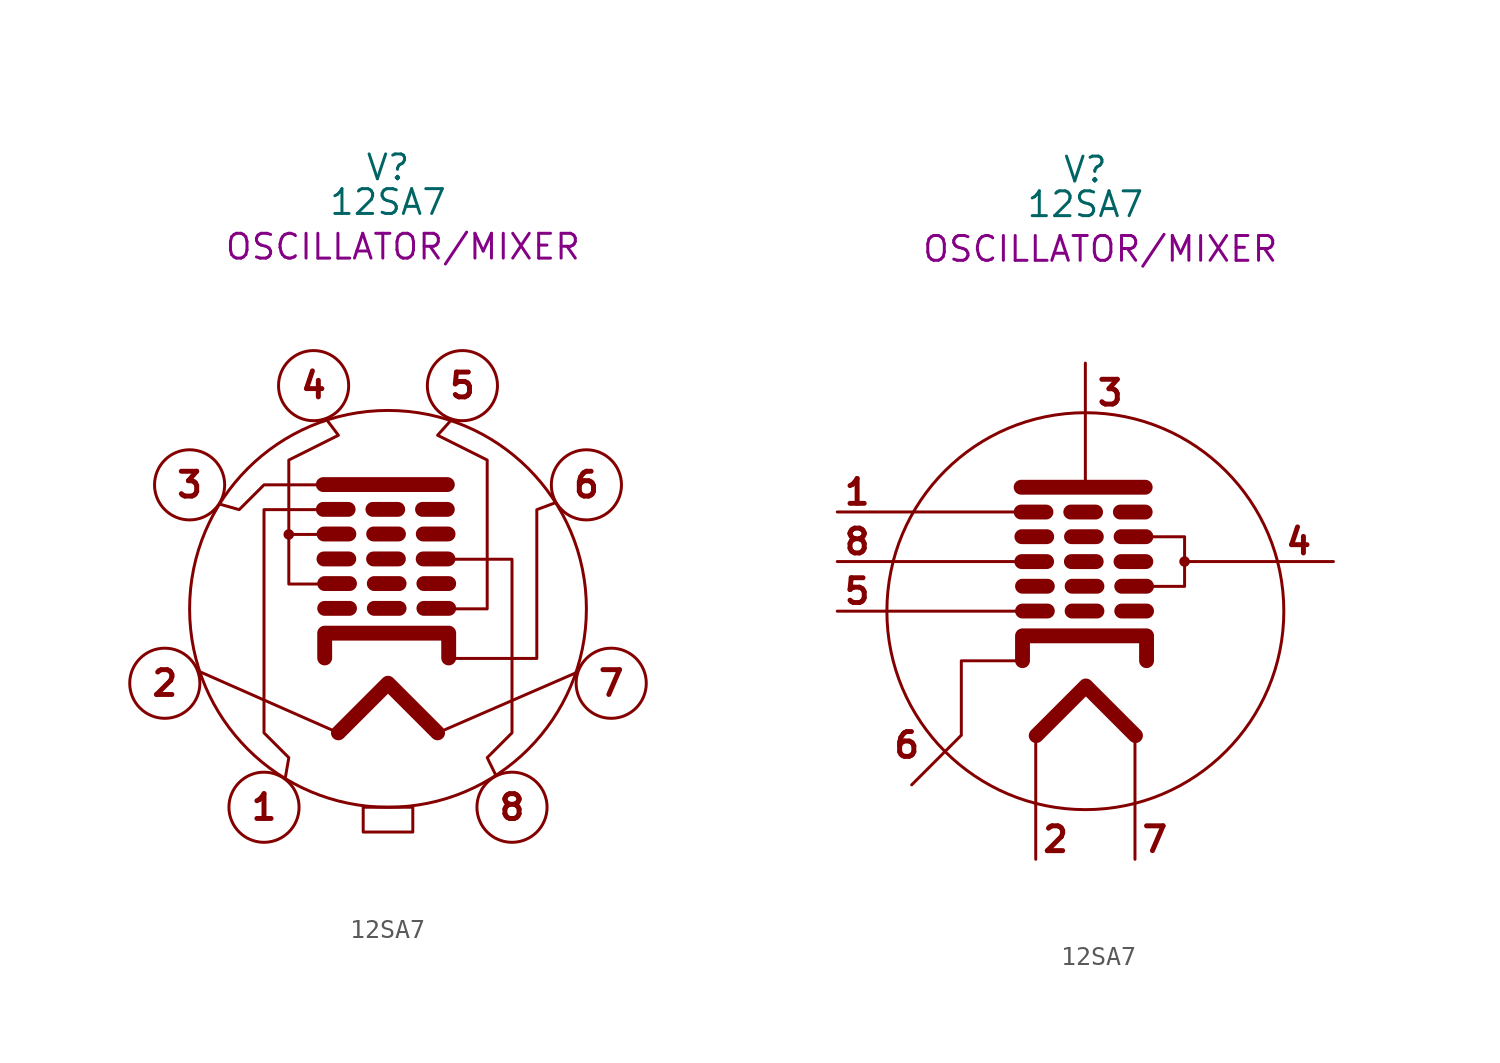
<source format=kicad_sym>
(kicad_symbol_lib
  (version 20231120)
  (generator "kicad_symbol_editor")
  (generator_version "8.0")
  (symbol "12SA7"
    (property "Reference" "V"
      (at 0 22.606 0)
      (effects (font (size 1.27 1.27))))
    (property "Value" "12SA7"
      (at 0 20.828 0)
      (effects (font (size 1.27 1.27))))
    (property "Description" "OSCILLATOR/MIXER"
      (at 0.762 18.542 0)
      (effects (font (size 1.27 1.27))))
    (symbol "12SA7_0_1"
      (polyline (pts (xy -2.54 -6.35) (xy -9.662 -3.209)) (stroke (width 0) (type default)) (fill (type none))))
    (symbol "12SA7_1_0"
      (circle (center 0 0) (radius 10.16) (stroke (width 0) (type default)) (fill (type none))))
    (symbol "12SA7_1_1"
      (circle (center -11.43 -3.81) (radius 1.796) (stroke (width 0) (type default)) (fill (type none)))
      (circle (center -10.16 6.35) (radius 1.796) (stroke (width 0) (type default)) (fill (type none)))
      (circle (center -6.35 -10.16) (radius 1.796) (stroke (width 0) (type default)) (fill (type none)))
      (circle (center -5.08 3.81) (radius 0.195) (stroke (width 0) (type default)) (fill (type outline)))
      (circle (center -3.81 11.43) (radius 1.796) (stroke (width 0) (type default)) (fill (type none)))
      (rectangle (start -1.27 -10.16) (end 1.27 -11.43) (stroke (width 0) (type default)) (fill (type none)))
      (polyline (pts (xy -3.312 5.094) (xy -2.042 5.094)) (stroke (width 0.762) (type solid)) (fill (type none)))
      (polyline (pts (xy -3.312 6.364) (xy 3.038 6.364)) (stroke (width 0.762) (type default)) (fill (type none)))
      (polyline (pts (xy -3.279 2.556) (xy -2.009 2.556)) (stroke (width 0.762) (type solid)) (fill (type none)))
      (polyline (pts (xy -3.274 3.833) (xy -2.004 3.833)) (stroke (width 0.762) (type solid)) (fill (type none)))
      (polyline (pts (xy -3.242 0.025) (xy -1.972 0.025)) (stroke (width 0.762) (type solid)) (fill (type none)))
      (polyline (pts (xy -3.242 1.295) (xy -1.972 1.295)) (stroke (width 0.762) (type solid)) (fill (type none)))
      (polyline (pts (xy -0.772 5.094) (xy 0.498 5.094)) (stroke (width 0.762) (type solid)) (fill (type none)))
      (polyline (pts (xy -0.739 2.556) (xy 0.531 2.556)) (stroke (width 0.762) (type solid)) (fill (type none)))
      (polyline (pts (xy -0.734 3.833) (xy 0.536 3.833)) (stroke (width 0.762) (type solid)) (fill (type none)))
      (polyline (pts (xy -0.702 0.025) (xy 0.568 0.025)) (stroke (width 0.762) (type solid)) (fill (type none)))
      (polyline (pts (xy -0.702 1.295) (xy 0.568 1.295)) (stroke (width 0.762) (type solid)) (fill (type none)))
      (polyline (pts (xy 1.768 5.094) (xy 3.038 5.094)) (stroke (width 0.762) (type solid)) (fill (type none)))
      (polyline (pts (xy 1.801 2.556) (xy 3.071 2.556)) (stroke (width 0.762) (type solid)) (fill (type none)))
      (polyline (pts (xy 1.806 3.833) (xy 3.076 3.833)) (stroke (width 0.762) (type solid)) (fill (type none)))
      (polyline (pts (xy 1.838 0.025) (xy 3.108 0.025)) (stroke (width 0.762) (type solid)) (fill (type none)))
      (polyline (pts (xy 1.838 1.295) (xy 3.108 1.295)) (stroke (width 0.762) (type solid)) (fill (type none)))
      (polyline (pts (xy 2.54 -6.35) (xy 9.704 -3.24)) (stroke (width 0) (type default)) (fill (type none)))
      (polyline (pts (xy -2.54 -6.35) (xy 0 -3.81) (xy 2.54 -6.35)) (stroke (width 0.762) (type default)) (fill (type none)))
      (polyline (pts (xy -5.08 3.81) (xy -5.08 7.62) (xy -2.54 8.89) (xy -3.154 9.702)) (stroke (width 0) (type default)) (fill (type none)))
      (polyline (pts (xy -3.242 -2.515) (xy -3.242 -1.245) (xy 3.108 -1.245) (xy 3.108 -2.515)) (stroke (width 0.762) (type default)) (fill (type none)))
      (polyline (pts (xy -2.54 1.27) (xy -5.08 1.27) (xy -5.08 3.81) (xy -2.54 3.81)) (stroke (width 0) (type default)) (fill (type none)))
      (polyline (pts (xy -2.54 6.35) (xy -6.35 6.35) (xy -7.62 5.08) (xy -8.624 5.364)) (stroke (width 0) (type default)) (fill (type none)))
      (polyline (pts (xy 2.54 2.54) (xy 6.35 2.54) (xy 6.35 -6.35) (xy 5.08 -7.62) (xy 5.53 -8.537)) (stroke (width 0) (type default)) (fill (type none)))
      (polyline (pts (xy 3.102 -2.54) (xy 3.81 -2.54) (xy 7.62 -2.54) (xy 7.62 5.08) (xy 8.582 5.44)) (stroke (width 0) (type default)) (fill (type none)))
      (polyline (pts (xy -2.54 5.08) (xy -6.35 5.08) (xy -6.35 3.81) (xy -6.35 -6.35) (xy -5.08 -7.62) (xy -5.256 -8.637)) (stroke (width 0) (type default)) (fill (type none)))
      (polyline (pts (xy 2.54 0) (xy 5.08 0) (xy 5.08 6.35) (xy 5.08 7.62) (xy 2.54 8.89) (xy 3.204 9.631)) (stroke (width 0) (type default)) (fill (type none)))
      (circle (center 3.81 11.43) (radius 1.796) (stroke (width 0) (type default)) (fill (type none)))
      (circle (center 6.35 -10.16) (radius 1.796) (stroke (width 0) (type default)) (fill (type none)))
      (circle (center 10.16 6.35) (radius 1.796) (stroke (width 0) (type default)) (fill (type none)))
      (circle (center 11.43 -3.81) (radius 1.796) (stroke (width 0) (type default)) (fill (type none)))
      (text "1" (at -6.35 -10.16 0) (effects (font (size 1.27 1.27) (thickness 0.254) (bold yes))))
      (text "2" (at -11.43 -3.81 0) (effects (font (size 1.27 1.27) (thickness 0.254) (bold yes))))
      (text "3" (at -10.16 6.35 0) (effects (font (size 1.27 1.27) (thickness 0.254) (bold yes))))
      (text "4" (at -3.81 11.43 0) (effects (font (size 1.27 1.27) (thickness 0.254) (bold yes))))
      (text "5" (at 3.81 11.43 0) (effects (font (size 1.27 1.27) (thickness 0.254) (bold yes))))
      (text "6" (at 10.16 6.35 0) (effects (font (size 1.27 1.27) (thickness 0.254) (bold yes))))
      (text "7" (at 11.43 -3.81 0) (effects (font (size 1.27 1.27) (thickness 0.254) (bold yes))))
      (text "8" (at 6.35 -10.16 0) (effects (font (size 1.27 1.27) (thickness 0.254) (bold yes))))
      (pin bidirectional line (at -6.35 -10.16 0) (length 1.778) hide (name "G5" (effects (font (size 1.27 1.27)))) (number "1" (effects (font (size 1.27 1.27)))))
      (pin bidirectional line (at -11.43 -3.81 0) (length 1.778) hide (name "H" (effects (font (size 1.27 1.27)))) (number "2" (effects (font (size 1.27 1.27)))))
      (pin bidirectional line (at -10.16 6.35 0) (length 1.778) hide (name "P" (effects (font (size 1.27 1.27)))) (number "3" (effects (font (size 1.27 1.27)))))
      (pin bidirectional line (at -3.81 11.43 0) (length 1.778) hide (name "G2" (effects (font (size 1.27 1.27)))) (number "4" (effects (font (size 1.27 1.27)))))
      (pin bidirectional line (at 3.81 11.43 0) (length 1.778) hide (name "K" (effects (font (size 1.27 1.27)))) (number "5" (effects (font (size 1.27 1.27)))))
      (pin bidirectional line (at 10.16 6.35 0) (length 1.778) hide (name "K" (effects (font (size 1.27 1.27)))) (number "6" (effects (font (size 1.27 1.27)))))
      (pin bidirectional line (at 11.43 -3.81 0) (length 1.778) hide (name "H" (effects (font (size 1.27 1.27)))) (number "7" (effects (font (size 1.27 1.27)))))
      (pin bidirectional line (at 6.35 -10.16 0) (length 1.778) hide (name "G3" (effects (font (size 1.27 1.27)))) (number "8" (effects (font (size 1.27 1.27))))))
    (symbol "12SA7_1_2"
      (polyline (pts (xy -12.7 0) (xy -2.54 0)) (stroke (width 0) (type default)) (fill (type none)))
      (polyline (pts (xy -12.7 2.54) (xy -2.54 2.54)) (stroke (width 0) (type default)) (fill (type none)))
      (polyline (pts (xy -12.7 5.08) (xy -2.54 5.08)) (stroke (width 0) (type default)) (fill (type none)))
      (polyline (pts (xy -3.287 5.075) (xy -2.017 5.075)) (stroke (width 0.762) (type solid)) (fill (type none)))
      (polyline (pts (xy -3.287 6.345) (xy 3.063 6.345)) (stroke (width 0.762) (type default)) (fill (type none)))
      (polyline (pts (xy -3.255 2.538) (xy -1.984 2.538)) (stroke (width 0.762) (type solid)) (fill (type none)))
      (polyline (pts (xy -3.249 3.814) (xy -1.979 3.814)) (stroke (width 0.762) (type solid)) (fill (type none)))
      (polyline (pts (xy -3.217 0.007) (xy -1.947 0.007)) (stroke (width 0.762) (type solid)) (fill (type none)))
      (polyline (pts (xy -3.217 1.277) (xy -1.947 1.277)) (stroke (width 0.762) (type solid)) (fill (type none)))
      (polyline (pts (xy -2.54 -6.35) (xy -2.54 -12.7)) (stroke (width 0) (type default)) (fill (type none)))
      (polyline (pts (xy -0.747 5.075) (xy 0.523 5.075)) (stroke (width 0.762) (type solid)) (fill (type none)))
      (polyline (pts (xy -0.715 2.538) (xy 0.555 2.538)) (stroke (width 0.762) (type solid)) (fill (type none)))
      (polyline (pts (xy -0.709 3.814) (xy 0.561 3.814)) (stroke (width 0.762) (type solid)) (fill (type none)))
      (polyline (pts (xy -0.677 0.007) (xy 0.593 0.007)) (stroke (width 0.762) (type solid)) (fill (type none)))
      (polyline (pts (xy -0.677 1.277) (xy 0.593 1.277)) (stroke (width 0.762) (type solid)) (fill (type none)))
      (polyline (pts (xy 0 6.35) (xy 0 12.7)) (stroke (width 0) (type default)) (fill (type none)))
      (polyline (pts (xy 1.793 5.075) (xy 3.063 5.075)) (stroke (width 0.762) (type solid)) (fill (type none)))
      (polyline (pts (xy 1.825 2.538) (xy 3.095 2.538)) (stroke (width 0.762) (type solid)) (fill (type none)))
      (polyline (pts (xy 1.831 3.814) (xy 3.101 3.814)) (stroke (width 0.762) (type solid)) (fill (type none)))
      (polyline (pts (xy 1.863 0.007) (xy 3.133 0.007)) (stroke (width 0.762) (type solid)) (fill (type none)))
      (polyline (pts (xy 1.863 1.277) (xy 3.133 1.277)) (stroke (width 0.762) (type solid)) (fill (type none)))
      (polyline (pts (xy 2.54 -6.35) (xy 2.54 -12.7)) (stroke (width 0) (type default)) (fill (type none)))
      (polyline (pts (xy 5.08 2.54) (xy 12.7 2.54)) (stroke (width 0) (type default)) (fill (type none)))
      (polyline (pts (xy -2.515 -6.369) (xy 0.025 -3.829) (xy 2.565 -6.369)) (stroke (width 0.762) (type default)) (fill (type none)))
      (polyline (pts (xy -3.217 -2.533) (xy -3.217 -1.263) (xy 3.133 -1.263) (xy 3.133 -2.533)) (stroke (width 0.762) (type default)) (fill (type none)))
      (polyline (pts (xy 2.54 3.81) (xy 5.08 3.81) (xy 5.08 1.27) (xy 2.54 1.27)) (stroke (width 0) (type default)) (fill (type none)))
      (polyline (pts (xy -3.207 -2.54) (xy -3.81 -2.54) (xy -6.35 -2.54) (xy -6.35 -6.35) (xy -8.89 -8.89)) (stroke (width 0) (type default)) (fill (type none)))
      (circle (center 5.08 2.54) (radius 0.195) (stroke (width 0) (type default)) (fill (type outline)))
      (text "1" (at -11.684 6.096 0) (effects (font (size 1.27 1.27) (thickness 0.254) (bold yes))))
      (text "2" (at -1.524 -11.684 0) (effects (font (size 1.27 1.27) (thickness 0.254) (bold yes))))
      (text "3" (at 1.27 11.176 0) (effects (font (size 1.27 1.27) (thickness 0.254) (bold yes))))
      (text "4" (at 10.922 3.556 0) (effects (font (size 1.27 1.27) (thickness 0.254) (bold yes))))
      (text "5" (at -11.684 1.016 0) (effects (font (size 1.27 1.27) (thickness 0.254) (bold yes))))
      (text "6" (at -9.144 -6.858 0) (effects (font (size 1.27 1.27) (thickness 0.254) (bold yes))))
      (text "7" (at 3.556 -11.684 0) (effects (font (size 1.27 1.27) (thickness 0.254) (bold yes))))
      (text "8" (at -11.684 3.556 0) (effects (font (size 1.27 1.27) (thickness 0.254) (bold yes))))
      (pin bidirectional line (at -12.7 5.08 0) (length 1.778) hide (name "G5" (effects (font (size 1.27 1.27)))) (number "1" (effects (font (size 1.27 1.27)))))
      (pin bidirectional line (at -2.54 -12.7 0) (length 1.778) hide (name "H" (effects (font (size 1.27 1.27)))) (number "2" (effects (font (size 1.27 1.27)))))
      (pin bidirectional line (at 0 12.7 0) (length 1.778) hide (name "P" (effects (font (size 1.27 1.27)))) (number "3" (effects (font (size 1.27 1.27)))))
      (pin bidirectional line (at 12.7 2.54 0) (length 1.778) hide (name "G2" (effects (font (size 1.27 1.27)))) (number "4" (effects (font (size 1.27 1.27)))))
      (pin bidirectional line (at -12.7 0 0) (length 1.778) hide (name "G1" (effects (font (size 1.27 1.27)))) (number "5" (effects (font (size 1.27 1.27)))))
      (pin bidirectional line (at -8.89 -8.89 0) (length 1.778) hide (name "K" (effects (font (size 1.27 1.27)))) (number "6" (effects (font (size 1.27 1.27)))))
      (pin bidirectional line (at 2.54 -12.7 0) (length 1.778) hide (name "H" (effects (font (size 1.27 1.27)))) (number "7" (effects (font (size 1.27 1.27)))))
      (pin bidirectional line (at -12.7 2.54 0) (length 1.778) hide (name "G3" (effects (font (size 1.27 1.27)))) (number "8" (effects (font (size 1.27 1.27))))))))
</source>
